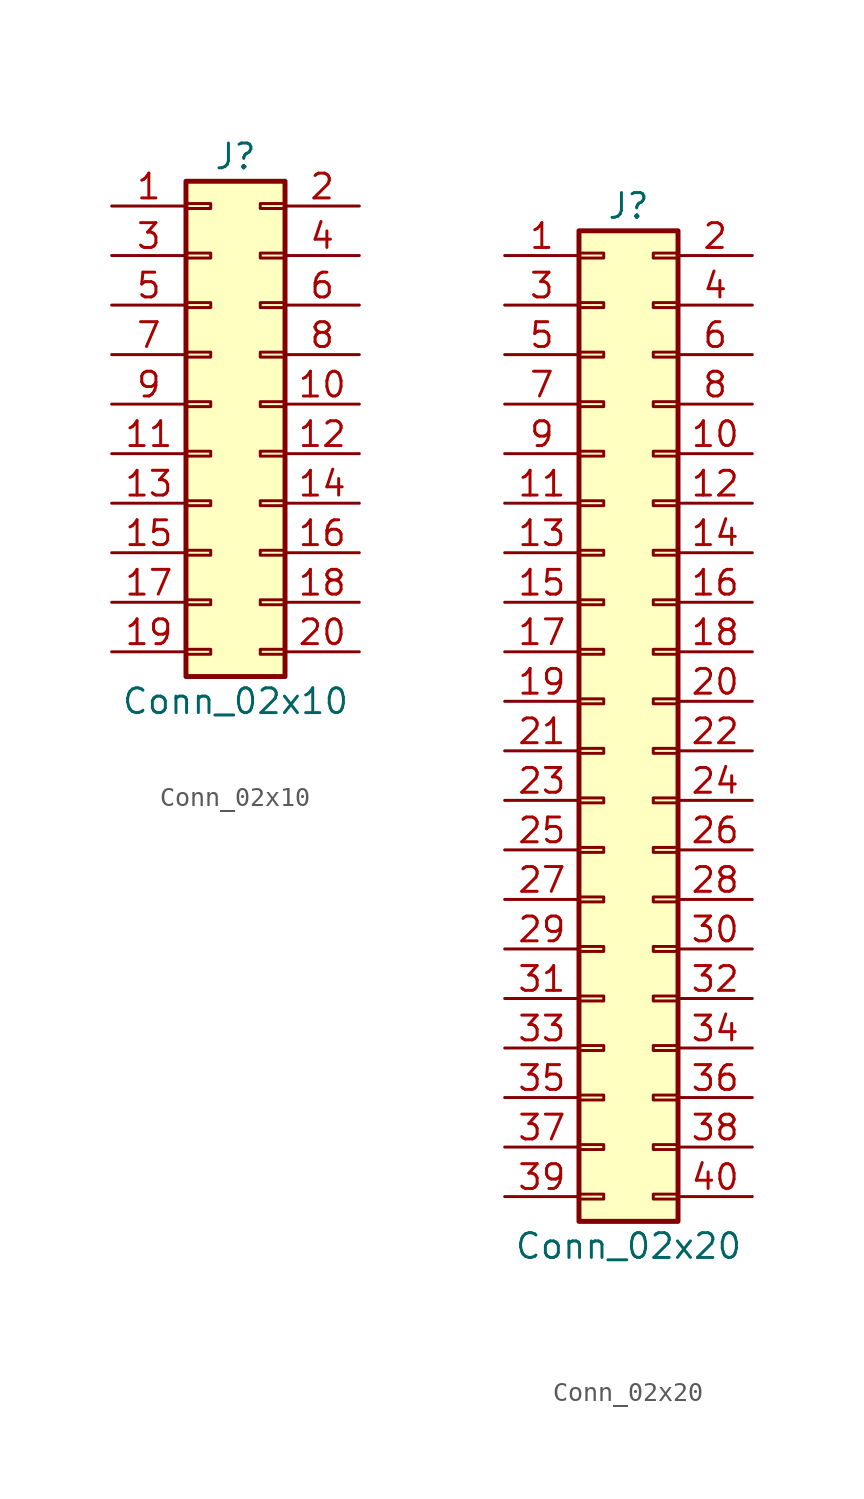
<source format=kicad_sym>
(kicad_symbol_lib
  (version 20220914)
  (generator kicad_symbol_editor)
  (symbol "Conn_02x10"
    (pin_names
      (offset 1.016) hide)
    (property "Reference" "J"
      (at 0 12.7 0)
      (effects (font (size 1.27 1.27))))
    (property "Value" "Conn_02x10"
      (at 0 -15.24 0)
      (effects (font (size 1.27 1.27))))
    (symbol "Conn_02x10_1_1"
      (rectangle (start -2.54 -12.573) (end -1.27 -12.827) (stroke (width 0.152) (type default)) (fill (type none)))
      (rectangle (start -2.54 -10.033) (end -1.27 -10.287) (stroke (width 0.152) (type default)) (fill (type none)))
      (rectangle (start -2.54 -7.493) (end -1.27 -7.747) (stroke (width 0.152) (type default)) (fill (type none)))
      (rectangle (start -2.54 -4.953) (end -1.27 -5.207) (stroke (width 0.152) (type default)) (fill (type none)))
      (rectangle (start -2.54 -2.413) (end -1.27 -2.667) (stroke (width 0.152) (type default)) (fill (type none)))
      (rectangle (start -2.54 0.127) (end -1.27 -0.127) (stroke (width 0.152) (type default)) (fill (type none)))
      (rectangle (start -2.54 2.667) (end -1.27 2.413) (stroke (width 0.152) (type default)) (fill (type none)))
      (rectangle (start -2.54 5.207) (end -1.27 4.953) (stroke (width 0.152) (type default)) (fill (type none)))
      (rectangle (start -2.54 7.747) (end -1.27 7.493) (stroke (width 0.152) (type default)) (fill (type none)))
      (rectangle (start -2.54 10.287) (end -1.27 10.033) (stroke (width 0.152) (type default)) (fill (type none)))
      (rectangle (start -2.54 11.43) (end 2.54 -13.97) (stroke (width 0.254) (type default)) (fill (type background)))
      (rectangle (start 2.54 -12.573) (end 1.27 -12.827) (stroke (width 0.152) (type default)) (fill (type none)))
      (rectangle (start 2.54 -10.033) (end 1.27 -10.287) (stroke (width 0.152) (type default)) (fill (type none)))
      (rectangle (start 2.54 -7.493) (end 1.27 -7.747) (stroke (width 0.152) (type default)) (fill (type none)))
      (rectangle (start 2.54 -4.953) (end 1.27 -5.207) (stroke (width 0.152) (type default)) (fill (type none)))
      (rectangle (start 2.54 -2.413) (end 1.27 -2.667) (stroke (width 0.152) (type default)) (fill (type none)))
      (rectangle (start 2.54 0.127) (end 1.27 -0.127) (stroke (width 0.152) (type default)) (fill (type none)))
      (rectangle (start 2.54 2.667) (end 1.27 2.413) (stroke (width 0.152) (type default)) (fill (type none)))
      (rectangle (start 2.54 5.207) (end 1.27 4.953) (stroke (width 0.152) (type default)) (fill (type none)))
      (rectangle (start 2.54 7.747) (end 1.27 7.493) (stroke (width 0.152) (type default)) (fill (type none)))
      (rectangle (start 2.54 10.287) (end 1.27 10.033) (stroke (width 0.152) (type default)) (fill (type none)))
      (pin passive line (at -6.35 10.16 0) (length 3.81) (name "Pin_1" (effects (font (size 1.27 1.27)))) (number "1" (effects (font (size 1.27 1.27)))))
      (pin passive line (at 6.35 0 180) (length 3.81) (name "Pin_10" (effects (font (size 1.27 1.27)))) (number "10" (effects (font (size 1.27 1.27)))))
      (pin passive line (at -6.35 -2.54 0) (length 3.81) (name "Pin_11" (effects (font (size 1.27 1.27)))) (number "11" (effects (font (size 1.27 1.27)))))
      (pin passive line (at 6.35 -2.54 180) (length 3.81) (name "Pin_12" (effects (font (size 1.27 1.27)))) (number "12" (effects (font (size 1.27 1.27)))))
      (pin passive line (at -6.35 -5.08 0) (length 3.81) (name "Pin_13" (effects (font (size 1.27 1.27)))) (number "13" (effects (font (size 1.27 1.27)))))
      (pin passive line (at 6.35 -5.08 180) (length 3.81) (name "Pin_14" (effects (font (size 1.27 1.27)))) (number "14" (effects (font (size 1.27 1.27)))))
      (pin passive line (at -6.35 -7.62 0) (length 3.81) (name "Pin_15" (effects (font (size 1.27 1.27)))) (number "15" (effects (font (size 1.27 1.27)))))
      (pin passive line (at 6.35 -7.62 180) (length 3.81) (name "Pin_16" (effects (font (size 1.27 1.27)))) (number "16" (effects (font (size 1.27 1.27)))))
      (pin passive line (at -6.35 -10.16 0) (length 3.81) (name "Pin_17" (effects (font (size 1.27 1.27)))) (number "17" (effects (font (size 1.27 1.27)))))
      (pin passive line (at 6.35 -10.16 180) (length 3.81) (name "Pin_18" (effects (font (size 1.27 1.27)))) (number "18" (effects (font (size 1.27 1.27)))))
      (pin passive line (at -6.35 -12.7 0) (length 3.81) (name "Pin_19" (effects (font (size 1.27 1.27)))) (number "19" (effects (font (size 1.27 1.27)))))
      (pin passive line (at 6.35 10.16 180) (length 3.81) (name "Pin_2" (effects (font (size 1.27 1.27)))) (number "2" (effects (font (size 1.27 1.27)))))
      (pin passive line (at 6.35 -12.7 180) (length 3.81) (name "Pin_20" (effects (font (size 1.27 1.27)))) (number "20" (effects (font (size 1.27 1.27)))))
      (pin passive line (at -6.35 7.62 0) (length 3.81) (name "Pin_3" (effects (font (size 1.27 1.27)))) (number "3" (effects (font (size 1.27 1.27)))))
      (pin passive line (at 6.35 7.62 180) (length 3.81) (name "Pin_4" (effects (font (size 1.27 1.27)))) (number "4" (effects (font (size 1.27 1.27)))))
      (pin passive line (at -6.35 5.08 0) (length 3.81) (name "Pin_5" (effects (font (size 1.27 1.27)))) (number "5" (effects (font (size 1.27 1.27)))))
      (pin passive line (at 6.35 5.08 180) (length 3.81) (name "Pin_6" (effects (font (size 1.27 1.27)))) (number "6" (effects (font (size 1.27 1.27)))))
      (pin passive line (at -6.35 2.54 0) (length 3.81) (name "Pin_7" (effects (font (size 1.27 1.27)))) (number "7" (effects (font (size 1.27 1.27)))))
      (pin passive line (at 6.35 2.54 180) (length 3.81) (name "Pin_8" (effects (font (size 1.27 1.27)))) (number "8" (effects (font (size 1.27 1.27)))))
      (pin passive line (at -6.35 0 0) (length 3.81) (name "Pin_9" (effects (font (size 1.27 1.27)))) (number "9" (effects (font (size 1.27 1.27)))))))
  (symbol "Conn_02x20"
    (pin_names
      (offset 1.016) hide)
    (property "Reference" "J"
      (at 0 25.4 0)
      (effects (font (size 1.27 1.27))))
    (property "Value" "Conn_02x20"
      (at 0 -27.94 0)
      (effects (font (size 1.27 1.27))))
    (symbol "Conn_02x20_1_1"
      (rectangle (start -2.54 -25.273) (end -1.27 -25.527) (stroke (width 0.152) (type default)) (fill (type none)))
      (rectangle (start -2.54 -22.733) (end -1.27 -22.987) (stroke (width 0.152) (type default)) (fill (type none)))
      (rectangle (start -2.54 -20.193) (end -1.27 -20.447) (stroke (width 0.152) (type default)) (fill (type none)))
      (rectangle (start -2.54 -17.653) (end -1.27 -17.907) (stroke (width 0.152) (type default)) (fill (type none)))
      (rectangle (start -2.54 -15.113) (end -1.27 -15.367) (stroke (width 0.152) (type default)) (fill (type none)))
      (rectangle (start -2.54 -12.573) (end -1.27 -12.827) (stroke (width 0.152) (type default)) (fill (type none)))
      (rectangle (start -2.54 -10.033) (end -1.27 -10.287) (stroke (width 0.152) (type default)) (fill (type none)))
      (rectangle (start -2.54 -7.493) (end -1.27 -7.747) (stroke (width 0.152) (type default)) (fill (type none)))
      (rectangle (start -2.54 -4.953) (end -1.27 -5.207) (stroke (width 0.152) (type default)) (fill (type none)))
      (rectangle (start -2.54 -2.413) (end -1.27 -2.667) (stroke (width 0.152) (type default)) (fill (type none)))
      (rectangle (start -2.54 0.127) (end -1.27 -0.127) (stroke (width 0.152) (type default)) (fill (type none)))
      (rectangle (start -2.54 2.667) (end -1.27 2.413) (stroke (width 0.152) (type default)) (fill (type none)))
      (rectangle (start -2.54 5.207) (end -1.27 4.953) (stroke (width 0.152) (type default)) (fill (type none)))
      (rectangle (start -2.54 7.747) (end -1.27 7.493) (stroke (width 0.152) (type default)) (fill (type none)))
      (rectangle (start -2.54 10.287) (end -1.27 10.033) (stroke (width 0.152) (type default)) (fill (type none)))
      (rectangle (start -2.54 12.827) (end -1.27 12.573) (stroke (width 0.152) (type default)) (fill (type none)))
      (rectangle (start -2.54 15.367) (end -1.27 15.113) (stroke (width 0.152) (type default)) (fill (type none)))
      (rectangle (start -2.54 17.907) (end -1.27 17.653) (stroke (width 0.152) (type default)) (fill (type none)))
      (rectangle (start -2.54 20.447) (end -1.27 20.193) (stroke (width 0.152) (type default)) (fill (type none)))
      (rectangle (start -2.54 22.987) (end -1.27 22.733) (stroke (width 0.152) (type default)) (fill (type none)))
      (rectangle (start -2.54 24.13) (end 2.54 -26.67) (stroke (width 0.254) (type default)) (fill (type background)))
      (rectangle (start 2.54 -25.273) (end 1.27 -25.527) (stroke (width 0.152) (type default)) (fill (type none)))
      (rectangle (start 2.54 -22.733) (end 1.27 -22.987) (stroke (width 0.152) (type default)) (fill (type none)))
      (rectangle (start 2.54 -20.193) (end 1.27 -20.447) (stroke (width 0.152) (type default)) (fill (type none)))
      (rectangle (start 2.54 -17.653) (end 1.27 -17.907) (stroke (width 0.152) (type default)) (fill (type none)))
      (rectangle (start 2.54 -15.113) (end 1.27 -15.367) (stroke (width 0.152) (type default)) (fill (type none)))
      (rectangle (start 2.54 -12.573) (end 1.27 -12.827) (stroke (width 0.152) (type default)) (fill (type none)))
      (rectangle (start 2.54 -10.033) (end 1.27 -10.287) (stroke (width 0.152) (type default)) (fill (type none)))
      (rectangle (start 2.54 -7.493) (end 1.27 -7.747) (stroke (width 0.152) (type default)) (fill (type none)))
      (rectangle (start 2.54 -4.953) (end 1.27 -5.207) (stroke (width 0.152) (type default)) (fill (type none)))
      (rectangle (start 2.54 -2.413) (end 1.27 -2.667) (stroke (width 0.152) (type default)) (fill (type none)))
      (rectangle (start 2.54 0.127) (end 1.27 -0.127) (stroke (width 0.152) (type default)) (fill (type none)))
      (rectangle (start 2.54 2.667) (end 1.27 2.413) (stroke (width 0.152) (type default)) (fill (type none)))
      (rectangle (start 2.54 5.207) (end 1.27 4.953) (stroke (width 0.152) (type default)) (fill (type none)))
      (rectangle (start 2.54 7.747) (end 1.27 7.493) (stroke (width 0.152) (type default)) (fill (type none)))
      (rectangle (start 2.54 10.287) (end 1.27 10.033) (stroke (width 0.152) (type default)) (fill (type none)))
      (rectangle (start 2.54 12.827) (end 1.27 12.573) (stroke (width 0.152) (type default)) (fill (type none)))
      (rectangle (start 2.54 15.367) (end 1.27 15.113) (stroke (width 0.152) (type default)) (fill (type none)))
      (rectangle (start 2.54 17.907) (end 1.27 17.653) (stroke (width 0.152) (type default)) (fill (type none)))
      (rectangle (start 2.54 20.447) (end 1.27 20.193) (stroke (width 0.152) (type default)) (fill (type none)))
      (rectangle (start 2.54 22.987) (end 1.27 22.733) (stroke (width 0.152) (type default)) (fill (type none)))
      (pin passive line (at -6.35 22.86 0) (length 3.81) (name "Pin_1" (effects (font (size 1.27 1.27)))) (number "1" (effects (font (size 1.27 1.27)))))
      (pin passive line (at 6.35 12.7 180) (length 3.81) (name "Pin_10" (effects (font (size 1.27 1.27)))) (number "10" (effects (font (size 1.27 1.27)))))
      (pin passive line (at -6.35 10.16 0) (length 3.81) (name "Pin_11" (effects (font (size 1.27 1.27)))) (number "11" (effects (font (size 1.27 1.27)))))
      (pin passive line (at 6.35 10.16 180) (length 3.81) (name "Pin_12" (effects (font (size 1.27 1.27)))) (number "12" (effects (font (size 1.27 1.27)))))
      (pin passive line (at -6.35 7.62 0) (length 3.81) (name "Pin_13" (effects (font (size 1.27 1.27)))) (number "13" (effects (font (size 1.27 1.27)))))
      (pin passive line (at 6.35 7.62 180) (length 3.81) (name "Pin_14" (effects (font (size 1.27 1.27)))) (number "14" (effects (font (size 1.27 1.27)))))
      (pin passive line (at -6.35 5.08 0) (length 3.81) (name "Pin_15" (effects (font (size 1.27 1.27)))) (number "15" (effects (font (size 1.27 1.27)))))
      (pin passive line (at 6.35 5.08 180) (length 3.81) (name "Pin_16" (effects (font (size 1.27 1.27)))) (number "16" (effects (font (size 1.27 1.27)))))
      (pin passive line (at -6.35 2.54 0) (length 3.81) (name "Pin_17" (effects (font (size 1.27 1.27)))) (number "17" (effects (font (size 1.27 1.27)))))
      (pin passive line (at 6.35 2.54 180) (length 3.81) (name "Pin_18" (effects (font (size 1.27 1.27)))) (number "18" (effects (font (size 1.27 1.27)))))
      (pin passive line (at -6.35 0 0) (length 3.81) (name "Pin_19" (effects (font (size 1.27 1.27)))) (number "19" (effects (font (size 1.27 1.27)))))
      (pin passive line (at 6.35 22.86 180) (length 3.81) (name "Pin_2" (effects (font (size 1.27 1.27)))) (number "2" (effects (font (size 1.27 1.27)))))
      (pin passive line (at 6.35 0 180) (length 3.81) (name "Pin_20" (effects (font (size 1.27 1.27)))) (number "20" (effects (font (size 1.27 1.27)))))
      (pin passive line (at -6.35 -2.54 0) (length 3.81) (name "Pin_21" (effects (font (size 1.27 1.27)))) (number "21" (effects (font (size 1.27 1.27)))))
      (pin passive line (at 6.35 -2.54 180) (length 3.81) (name "Pin_22" (effects (font (size 1.27 1.27)))) (number "22" (effects (font (size 1.27 1.27)))))
      (pin passive line (at -6.35 -5.08 0) (length 3.81) (name "Pin_23" (effects (font (size 1.27 1.27)))) (number "23" (effects (font (size 1.27 1.27)))))
      (pin passive line (at 6.35 -5.08 180) (length 3.81) (name "Pin_24" (effects (font (size 1.27 1.27)))) (number "24" (effects (font (size 1.27 1.27)))))
      (pin passive line (at -6.35 -7.62 0) (length 3.81) (name "Pin_25" (effects (font (size 1.27 1.27)))) (number "25" (effects (font (size 1.27 1.27)))))
      (pin passive line (at 6.35 -7.62 180) (length 3.81) (name "Pin_26" (effects (font (size 1.27 1.27)))) (number "26" (effects (font (size 1.27 1.27)))))
      (pin passive line (at -6.35 -10.16 0) (length 3.81) (name "Pin_27" (effects (font (size 1.27 1.27)))) (number "27" (effects (font (size 1.27 1.27)))))
      (pin passive line (at 6.35 -10.16 180) (length 3.81) (name "Pin_28" (effects (font (size 1.27 1.27)))) (number "28" (effects (font (size 1.27 1.27)))))
      (pin passive line (at -6.35 -12.7 0) (length 3.81) (name "Pin_29" (effects (font (size 1.27 1.27)))) (number "29" (effects (font (size 1.27 1.27)))))
      (pin passive line (at -6.35 20.32 0) (length 3.81) (name "Pin_3" (effects (font (size 1.27 1.27)))) (number "3" (effects (font (size 1.27 1.27)))))
      (pin passive line (at 6.35 -12.7 180) (length 3.81) (name "Pin_30" (effects (font (size 1.27 1.27)))) (number "30" (effects (font (size 1.27 1.27)))))
      (pin passive line (at -6.35 -15.24 0) (length 3.81) (name "Pin_31" (effects (font (size 1.27 1.27)))) (number "31" (effects (font (size 1.27 1.27)))))
      (pin passive line (at 6.35 -15.24 180) (length 3.81) (name "Pin_32" (effects (font (size 1.27 1.27)))) (number "32" (effects (font (size 1.27 1.27)))))
      (pin passive line (at -6.35 -17.78 0) (length 3.81) (name "Pin_33" (effects (font (size 1.27 1.27)))) (number "33" (effects (font (size 1.27 1.27)))))
      (pin passive line (at 6.35 -17.78 180) (length 3.81) (name "Pin_34" (effects (font (size 1.27 1.27)))) (number "34" (effects (font (size 1.27 1.27)))))
      (pin passive line (at -6.35 -20.32 0) (length 3.81) (name "Pin_35" (effects (font (size 1.27 1.27)))) (number "35" (effects (font (size 1.27 1.27)))))
      (pin passive line (at 6.35 -20.32 180) (length 3.81) (name "Pin_36" (effects (font (size 1.27 1.27)))) (number "36" (effects (font (size 1.27 1.27)))))
      (pin passive line (at -6.35 -22.86 0) (length 3.81) (name "Pin_37" (effects (font (size 1.27 1.27)))) (number "37" (effects (font (size 1.27 1.27)))))
      (pin passive line (at 6.35 -22.86 180) (length 3.81) (name "Pin_38" (effects (font (size 1.27 1.27)))) (number "38" (effects (font (size 1.27 1.27)))))
      (pin passive line (at -6.35 -25.4 0) (length 3.81) (name "Pin_39" (effects (font (size 1.27 1.27)))) (number "39" (effects (font (size 1.27 1.27)))))
      (pin passive line (at 6.35 20.32 180) (length 3.81) (name "Pin_4" (effects (font (size 1.27 1.27)))) (number "4" (effects (font (size 1.27 1.27)))))
      (pin passive line (at 6.35 -25.4 180) (length 3.81) (name "Pin_40" (effects (font (size 1.27 1.27)))) (number "40" (effects (font (size 1.27 1.27)))))
      (pin passive line (at -6.35 17.78 0) (length 3.81) (name "Pin_5" (effects (font (size 1.27 1.27)))) (number "5" (effects (font (size 1.27 1.27)))))
      (pin passive line (at 6.35 17.78 180) (length 3.81) (name "Pin_6" (effects (font (size 1.27 1.27)))) (number "6" (effects (font (size 1.27 1.27)))))
      (pin passive line (at -6.35 15.24 0) (length 3.81) (name "Pin_7" (effects (font (size 1.27 1.27)))) (number "7" (effects (font (size 1.27 1.27)))))
      (pin passive line (at 6.35 15.24 180) (length 3.81) (name "Pin_8" (effects (font (size 1.27 1.27)))) (number "8" (effects (font (size 1.27 1.27)))))
      (pin passive line (at -6.35 12.7 0) (length 3.81) (name "Pin_9" (effects (font (size 1.27 1.27)))) (number "9" (effects (font (size 1.27 1.27))))))))
</source>
